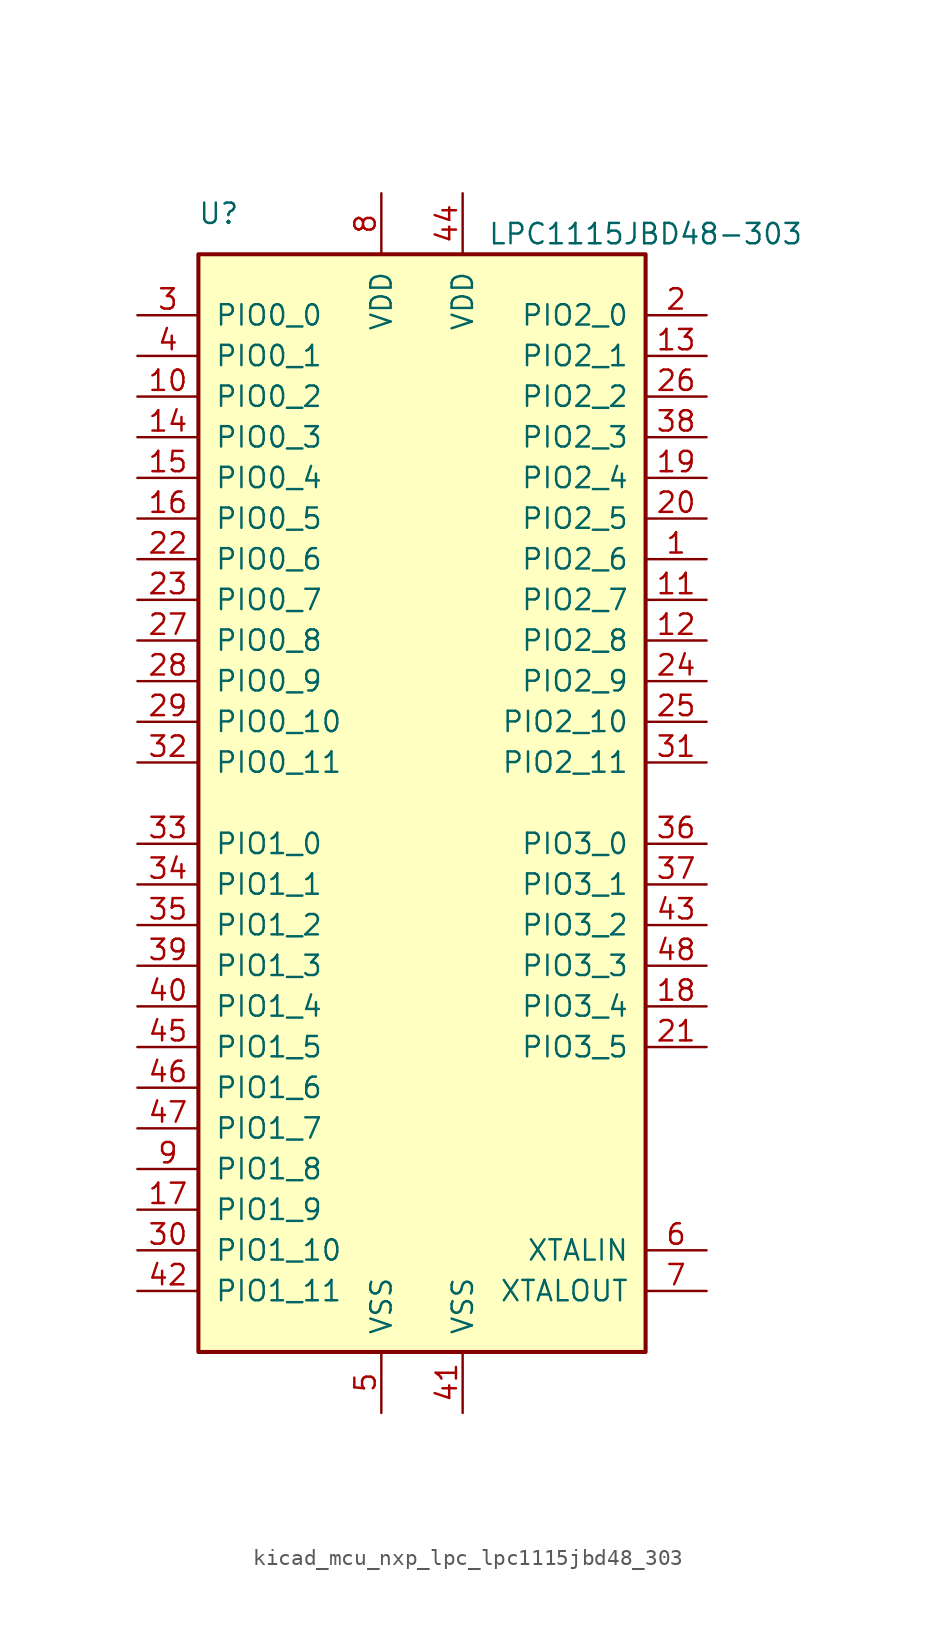
<source format=kicad_sym>
(kicad_symbol_lib
  (version 20220914)
  (generator kicad_symbol_editor)
  (symbol "kicad_mcu_nxp_lpc_lpc1115jbd48_303"
    (pin_names
      (offset 1.016))
    (property "Reference" "U"
      (at -12.7 36.83 0)
      (effects (font (size 1.27 1.27))))
    (property "Value" "LPC1115JBD48-303"
      (at 13.97 35.56 0)
      (effects (font (size 1.27 1.27))))
    (symbol "kicad_mcu_nxp_lpc_lpc1115jbd48_303_0_1"
      (rectangle (start -13.97 34.29) (end 13.97 -34.29) (stroke (width 0.254) (type default)) (fill (type background))))
    (symbol "kicad_mcu_nxp_lpc_lpc1115jbd48_303_1_1"
      (pin bidirectional line (at 17.78 15.24 180) (length 3.81) (name "PIO2_6" (effects (font (size 1.27 1.27)))) (number "1" (effects (font (size 1.27 1.27)))))
      (pin bidirectional line (at -17.78 25.4 0) (length 3.81) (name "PIO0_2" (effects (font (size 1.27 1.27)))) (number "10" (effects (font (size 1.27 1.27)))))
      (pin bidirectional line (at 17.78 12.7 180) (length 3.81) (name "PIO2_7" (effects (font (size 1.27 1.27)))) (number "11" (effects (font (size 1.27 1.27)))))
      (pin bidirectional line (at 17.78 10.16 180) (length 3.81) (name "PIO2_8" (effects (font (size 1.27 1.27)))) (number "12" (effects (font (size 1.27 1.27)))))
      (pin bidirectional line (at 17.78 27.94 180) (length 3.81) (name "PIO2_1" (effects (font (size 1.27 1.27)))) (number "13" (effects (font (size 1.27 1.27)))))
      (pin bidirectional line (at -17.78 22.86 0) (length 3.81) (name "PIO0_3" (effects (font (size 1.27 1.27)))) (number "14" (effects (font (size 1.27 1.27)))))
      (pin bidirectional line (at -17.78 20.32 0) (length 3.81) (name "PIO0_4" (effects (font (size 1.27 1.27)))) (number "15" (effects (font (size 1.27 1.27)))))
      (pin bidirectional line (at -17.78 17.78 0) (length 3.81) (name "PIO0_5" (effects (font (size 1.27 1.27)))) (number "16" (effects (font (size 1.27 1.27)))))
      (pin bidirectional line (at -17.78 -25.4 0) (length 3.81) (name "PIO1_9" (effects (font (size 1.27 1.27)))) (number "17" (effects (font (size 1.27 1.27)))))
      (pin bidirectional line (at 17.78 -12.7 180) (length 3.81) (name "PIO3_4" (effects (font (size 1.27 1.27)))) (number "18" (effects (font (size 1.27 1.27)))))
      (pin bidirectional line (at 17.78 20.32 180) (length 3.81) (name "PIO2_4" (effects (font (size 1.27 1.27)))) (number "19" (effects (font (size 1.27 1.27)))))
      (pin bidirectional line (at 17.78 30.48 180) (length 3.81) (name "PIO2_0" (effects (font (size 1.27 1.27)))) (number "2" (effects (font (size 1.27 1.27)))))
      (pin bidirectional line (at 17.78 17.78 180) (length 3.81) (name "PIO2_5" (effects (font (size 1.27 1.27)))) (number "20" (effects (font (size 1.27 1.27)))))
      (pin bidirectional line (at 17.78 -15.24 180) (length 3.81) (name "PIO3_5" (effects (font (size 1.27 1.27)))) (number "21" (effects (font (size 1.27 1.27)))))
      (pin bidirectional line (at -17.78 15.24 0) (length 3.81) (name "PIO0_6" (effects (font (size 1.27 1.27)))) (number "22" (effects (font (size 1.27 1.27)))))
      (pin bidirectional line (at -17.78 12.7 0) (length 3.81) (name "PIO0_7" (effects (font (size 1.27 1.27)))) (number "23" (effects (font (size 1.27 1.27)))))
      (pin bidirectional line (at 17.78 7.62 180) (length 3.81) (name "PIO2_9" (effects (font (size 1.27 1.27)))) (number "24" (effects (font (size 1.27 1.27)))))
      (pin bidirectional line (at 17.78 5.08 180) (length 3.81) (name "PIO2_10" (effects (font (size 1.27 1.27)))) (number "25" (effects (font (size 1.27 1.27)))))
      (pin bidirectional line (at 17.78 25.4 180) (length 3.81) (name "PIO2_2" (effects (font (size 1.27 1.27)))) (number "26" (effects (font (size 1.27 1.27)))))
      (pin bidirectional line (at -17.78 10.16 0) (length 3.81) (name "PIO0_8" (effects (font (size 1.27 1.27)))) (number "27" (effects (font (size 1.27 1.27)))))
      (pin bidirectional line (at -17.78 7.62 0) (length 3.81) (name "PIO0_9" (effects (font (size 1.27 1.27)))) (number "28" (effects (font (size 1.27 1.27)))))
      (pin bidirectional line (at -17.78 5.08 0) (length 3.81) (name "PIO0_10" (effects (font (size 1.27 1.27)))) (number "29" (effects (font (size 1.27 1.27)))))
      (pin bidirectional line (at -17.78 30.48 0) (length 3.81) (name "PIO0_0" (effects (font (size 1.27 1.27)))) (number "3" (effects (font (size 1.27 1.27)))))
      (pin bidirectional line (at -17.78 -27.94 0) (length 3.81) (name "PIO1_10" (effects (font (size 1.27 1.27)))) (number "30" (effects (font (size 1.27 1.27)))))
      (pin bidirectional line (at 17.78 2.54 180) (length 3.81) (name "PIO2_11" (effects (font (size 1.27 1.27)))) (number "31" (effects (font (size 1.27 1.27)))))
      (pin bidirectional line (at -17.78 2.54 0) (length 3.81) (name "PIO0_11" (effects (font (size 1.27 1.27)))) (number "32" (effects (font (size 1.27 1.27)))))
      (pin bidirectional line (at -17.78 -2.54 0) (length 3.81) (name "PIO1_0" (effects (font (size 1.27 1.27)))) (number "33" (effects (font (size 1.27 1.27)))))
      (pin bidirectional line (at -17.78 -5.08 0) (length 3.81) (name "PIO1_1" (effects (font (size 1.27 1.27)))) (number "34" (effects (font (size 1.27 1.27)))))
      (pin bidirectional line (at -17.78 -7.62 0) (length 3.81) (name "PIO1_2" (effects (font (size 1.27 1.27)))) (number "35" (effects (font (size 1.27 1.27)))))
      (pin bidirectional line (at 17.78 -2.54 180) (length 3.81) (name "PIO3_0" (effects (font (size 1.27 1.27)))) (number "36" (effects (font (size 1.27 1.27)))))
      (pin bidirectional line (at 17.78 -5.08 180) (length 3.81) (name "PIO3_1" (effects (font (size 1.27 1.27)))) (number "37" (effects (font (size 1.27 1.27)))))
      (pin bidirectional line (at 17.78 22.86 180) (length 3.81) (name "PIO2_3" (effects (font (size 1.27 1.27)))) (number "38" (effects (font (size 1.27 1.27)))))
      (pin bidirectional line (at -17.78 -10.16 0) (length 3.81) (name "PIO1_3" (effects (font (size 1.27 1.27)))) (number "39" (effects (font (size 1.27 1.27)))))
      (pin bidirectional line (at -17.78 27.94 0) (length 3.81) (name "PIO0_1" (effects (font (size 1.27 1.27)))) (number "4" (effects (font (size 1.27 1.27)))))
      (pin bidirectional line (at -17.78 -12.7 0) (length 3.81) (name "PIO1_4" (effects (font (size 1.27 1.27)))) (number "40" (effects (font (size 1.27 1.27)))))
      (pin power_in line (at 2.54 -38.1 90) (length 3.81) (name "VSS" (effects (font (size 1.27 1.27)))) (number "41" (effects (font (size 1.27 1.27)))))
      (pin bidirectional line (at -17.78 -30.48 0) (length 3.81) (name "PIO1_11" (effects (font (size 1.27 1.27)))) (number "42" (effects (font (size 1.27 1.27)))))
      (pin bidirectional line (at 17.78 -7.62 180) (length 3.81) (name "PIO3_2" (effects (font (size 1.27 1.27)))) (number "43" (effects (font (size 1.27 1.27)))))
      (pin power_in line (at 2.54 38.1 270) (length 3.81) (name "VDD" (effects (font (size 1.27 1.27)))) (number "44" (effects (font (size 1.27 1.27)))))
      (pin bidirectional line (at -17.78 -15.24 0) (length 3.81) (name "PIO1_5" (effects (font (size 1.27 1.27)))) (number "45" (effects (font (size 1.27 1.27)))))
      (pin bidirectional line (at -17.78 -17.78 0) (length 3.81) (name "PIO1_6" (effects (font (size 1.27 1.27)))) (number "46" (effects (font (size 1.27 1.27)))))
      (pin bidirectional line (at -17.78 -20.32 0) (length 3.81) (name "PIO1_7" (effects (font (size 1.27 1.27)))) (number "47" (effects (font (size 1.27 1.27)))))
      (pin bidirectional line (at 17.78 -10.16 180) (length 3.81) (name "PIO3_3" (effects (font (size 1.27 1.27)))) (number "48" (effects (font (size 1.27 1.27)))))
      (pin power_in line (at -2.54 -38.1 90) (length 3.81) (name "VSS" (effects (font (size 1.27 1.27)))) (number "5" (effects (font (size 1.27 1.27)))))
      (pin input line (at 17.78 -27.94 180) (length 3.81) (name "XTALIN" (effects (font (size 1.27 1.27)))) (number "6" (effects (font (size 1.27 1.27)))))
      (pin output line (at 17.78 -30.48 180) (length 3.81) (name "XTALOUT" (effects (font (size 1.27 1.27)))) (number "7" (effects (font (size 1.27 1.27)))))
      (pin power_in line (at -2.54 38.1 270) (length 3.81) (name "VDD" (effects (font (size 1.27 1.27)))) (number "8" (effects (font (size 1.27 1.27)))))
      (pin bidirectional line (at -17.78 -22.86 0) (length 3.81) (name "PIO1_8" (effects (font (size 1.27 1.27)))) (number "9" (effects (font (size 1.27 1.27))))))))
</source>
